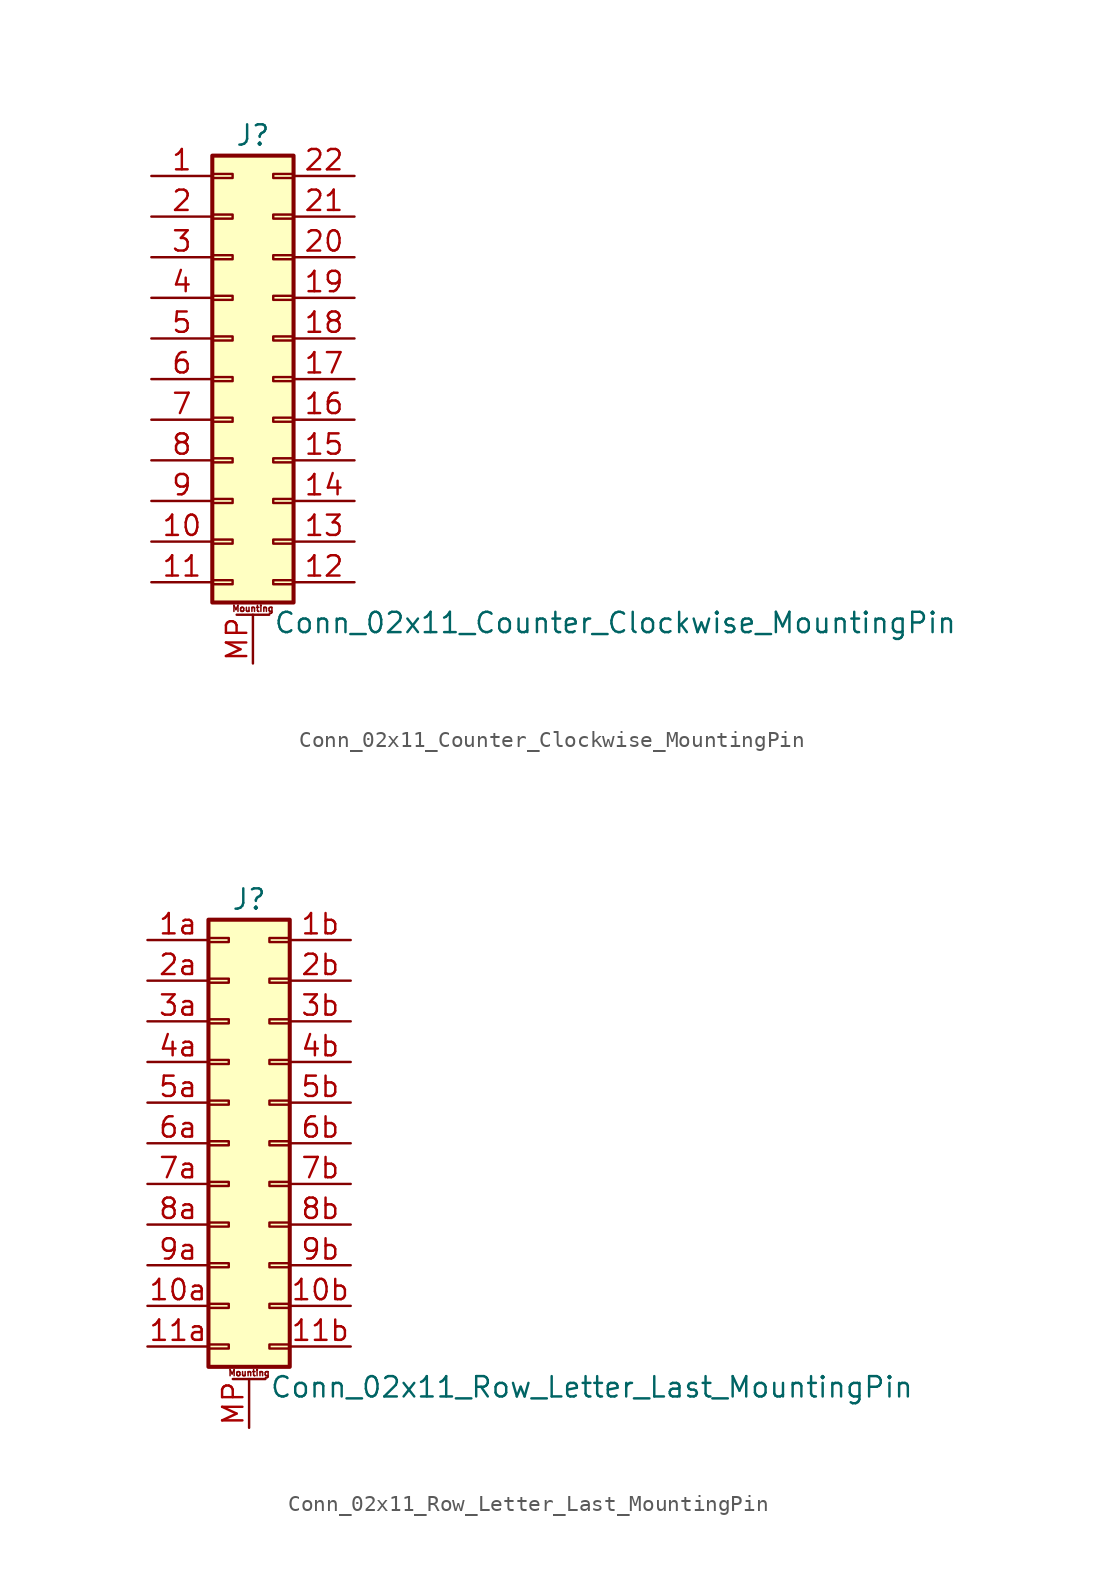
<source format=kicad_sym>
(kicad_symbol_lib
  (version 20201005)
  (generator kicad_symbol_editor)
  (symbol "Connector_Generic_MountingPin:Conn_02x11_Counter_Clockwise_MountingPin"
    (pin_names
      (offset 1.016) hide)
    (property "Reference" "J"
      (at 1.27 15.24 0)
      (effects (font (size 1.27 1.27))))
    (property "Value" "Conn_02x11_Counter_Clockwise_MountingPin"
      (at 2.54 -15.24 0)
      (effects (font (size 1.27 1.27)) (justify left)))
    (symbol "Conn_02x11_Counter_Clockwise_MountingPin_1_1"
      (text "Mounting" (at 1.27 -14.351 0) (effects (font (size 0.381 0.381))))
      (rectangle (start -1.27 -4.953) (end 0 -5.207) (stroke (width 0.152)) (fill (type none)))
      (rectangle (start -1.27 -7.493) (end 0 -7.747) (stroke (width 0.152)) (fill (type none)))
      (rectangle (start -1.27 -10.033) (end 0 -10.287) (stroke (width 0.152)) (fill (type none)))
      (rectangle (start -1.27 -12.573) (end 0 -12.827) (stroke (width 0.152)) (fill (type none)))
      (rectangle (start -1.27 -2.413) (end 0 -2.667) (stroke (width 0.152)) (fill (type none)))
      (rectangle (start -1.27 2.667) (end 0 2.413) (stroke (width 0.152)) (fill (type none)))
      (rectangle (start -1.27 5.207) (end 0 4.953) (stroke (width 0.152)) (fill (type none)))
      (rectangle (start -1.27 7.747) (end 0 7.493) (stroke (width 0.152)) (fill (type none)))
      (rectangle (start -1.27 10.287) (end 0 10.033) (stroke (width 0.152)) (fill (type none)))
      (rectangle (start -1.27 0.127) (end 0 -0.127) (stroke (width 0.152)) (fill (type none)))
      (rectangle (start -1.27 12.827) (end 0 12.573) (stroke (width 0.152)) (fill (type none)))
      (rectangle (start -1.27 13.97) (end 3.81 -13.97) (stroke (width 0.254)) (fill (type background)))
      (rectangle (start 3.81 -4.953) (end 2.54 -5.207) (stroke (width 0.152)) (fill (type none)))
      (rectangle (start 3.81 -7.493) (end 2.54 -7.747) (stroke (width 0.152)) (fill (type none)))
      (rectangle (start 3.81 -10.033) (end 2.54 -10.287) (stroke (width 0.152)) (fill (type none)))
      (rectangle (start 3.81 -12.573) (end 2.54 -12.827) (stroke (width 0.152)) (fill (type none)))
      (rectangle (start 3.81 -2.413) (end 2.54 -2.667) (stroke (width 0.152)) (fill (type none)))
      (rectangle (start 3.81 2.667) (end 2.54 2.413) (stroke (width 0.152)) (fill (type none)))
      (rectangle (start 3.81 5.207) (end 2.54 4.953) (stroke (width 0.152)) (fill (type none)))
      (rectangle (start 3.81 7.747) (end 2.54 7.493) (stroke (width 0.152)) (fill (type none)))
      (rectangle (start 3.81 10.287) (end 2.54 10.033) (stroke (width 0.152)) (fill (type none)))
      (rectangle (start 3.81 0.127) (end 2.54 -0.127) (stroke (width 0.152)) (fill (type none)))
      (rectangle (start 3.81 12.827) (end 2.54 12.573) (stroke (width 0.152)) (fill (type none)))
      (polyline (pts (xy 0.254 -14.732) (xy 2.286 -14.732)) (stroke (width 0.152)) (fill (type none)))
      (pin passive line (at 1.27 -17.78 90) (length 3.048) (name "MountPin" (effects (font (size 1.27 1.27)))) (number "MP" (effects (font (size 1.27 1.27)))))
      (pin passive line (at -5.08 12.7 0) (length 3.81) (name "Pin_1" (effects (font (size 1.27 1.27)))) (number "1" (effects (font (size 1.27 1.27)))))
      (pin passive line (at -5.08 -10.16 0) (length 3.81) (name "Pin_10" (effects (font (size 1.27 1.27)))) (number "10" (effects (font (size 1.27 1.27)))))
      (pin passive line (at -5.08 -12.7 0) (length 3.81) (name "Pin_11" (effects (font (size 1.27 1.27)))) (number "11" (effects (font (size 1.27 1.27)))))
      (pin passive line (at 7.62 -12.7 180) (length 3.81) (name "Pin_12" (effects (font (size 1.27 1.27)))) (number "12" (effects (font (size 1.27 1.27)))))
      (pin passive line (at 7.62 -10.16 180) (length 3.81) (name "Pin_13" (effects (font (size 1.27 1.27)))) (number "13" (effects (font (size 1.27 1.27)))))
      (pin passive line (at 7.62 -7.62 180) (length 3.81) (name "Pin_14" (effects (font (size 1.27 1.27)))) (number "14" (effects (font (size 1.27 1.27)))))
      (pin passive line (at 7.62 -5.08 180) (length 3.81) (name "Pin_15" (effects (font (size 1.27 1.27)))) (number "15" (effects (font (size 1.27 1.27)))))
      (pin passive line (at 7.62 -2.54 180) (length 3.81) (name "Pin_16" (effects (font (size 1.27 1.27)))) (number "16" (effects (font (size 1.27 1.27)))))
      (pin passive line (at 7.62 0 180) (length 3.81) (name "Pin_17" (effects (font (size 1.27 1.27)))) (number "17" (effects (font (size 1.27 1.27)))))
      (pin passive line (at 7.62 2.54 180) (length 3.81) (name "Pin_18" (effects (font (size 1.27 1.27)))) (number "18" (effects (font (size 1.27 1.27)))))
      (pin passive line (at 7.62 5.08 180) (length 3.81) (name "Pin_19" (effects (font (size 1.27 1.27)))) (number "19" (effects (font (size 1.27 1.27)))))
      (pin passive line (at -5.08 10.16 0) (length 3.81) (name "Pin_2" (effects (font (size 1.27 1.27)))) (number "2" (effects (font (size 1.27 1.27)))))
      (pin passive line (at 7.62 7.62 180) (length 3.81) (name "Pin_20" (effects (font (size 1.27 1.27)))) (number "20" (effects (font (size 1.27 1.27)))))
      (pin passive line (at 7.62 10.16 180) (length 3.81) (name "Pin_21" (effects (font (size 1.27 1.27)))) (number "21" (effects (font (size 1.27 1.27)))))
      (pin passive line (at 7.62 12.7 180) (length 3.81) (name "Pin_22" (effects (font (size 1.27 1.27)))) (number "22" (effects (font (size 1.27 1.27)))))
      (pin passive line (at -5.08 7.62 0) (length 3.81) (name "Pin_3" (effects (font (size 1.27 1.27)))) (number "3" (effects (font (size 1.27 1.27)))))
      (pin passive line (at -5.08 5.08 0) (length 3.81) (name "Pin_4" (effects (font (size 1.27 1.27)))) (number "4" (effects (font (size 1.27 1.27)))))
      (pin passive line (at -5.08 2.54 0) (length 3.81) (name "Pin_5" (effects (font (size 1.27 1.27)))) (number "5" (effects (font (size 1.27 1.27)))))
      (pin passive line (at -5.08 0 0) (length 3.81) (name "Pin_6" (effects (font (size 1.27 1.27)))) (number "6" (effects (font (size 1.27 1.27)))))
      (pin passive line (at -5.08 -2.54 0) (length 3.81) (name "Pin_7" (effects (font (size 1.27 1.27)))) (number "7" (effects (font (size 1.27 1.27)))))
      (pin passive line (at -5.08 -5.08 0) (length 3.81) (name "Pin_8" (effects (font (size 1.27 1.27)))) (number "8" (effects (font (size 1.27 1.27)))))
      (pin passive line (at -5.08 -7.62 0) (length 3.81) (name "Pin_9" (effects (font (size 1.27 1.27)))) (number "9" (effects (font (size 1.27 1.27)))))))
  (symbol "Connector_Generic_MountingPin:Conn_02x11_Row_Letter_Last_MountingPin"
    (pin_names
      (offset 1.016) hide)
    (property "Reference" "J"
      (at 1.27 15.24 0)
      (effects (font (size 1.27 1.27))))
    (property "Value" "Conn_02x11_Row_Letter_Last_MountingPin"
      (at 2.54 -15.24 0)
      (effects (font (size 1.27 1.27)) (justify left)))
    (symbol "Conn_02x11_Row_Letter_Last_MountingPin_1_1"
      (text "Mounting" (at 1.27 -14.351 0) (effects (font (size 0.381 0.381))))
      (rectangle (start -1.27 -4.953) (end 0 -5.207) (stroke (width 0.152)) (fill (type none)))
      (rectangle (start -1.27 -7.493) (end 0 -7.747) (stroke (width 0.152)) (fill (type none)))
      (rectangle (start -1.27 -10.033) (end 0 -10.287) (stroke (width 0.152)) (fill (type none)))
      (rectangle (start -1.27 -12.573) (end 0 -12.827) (stroke (width 0.152)) (fill (type none)))
      (rectangle (start -1.27 -2.413) (end 0 -2.667) (stroke (width 0.152)) (fill (type none)))
      (rectangle (start -1.27 2.667) (end 0 2.413) (stroke (width 0.152)) (fill (type none)))
      (rectangle (start -1.27 5.207) (end 0 4.953) (stroke (width 0.152)) (fill (type none)))
      (rectangle (start -1.27 7.747) (end 0 7.493) (stroke (width 0.152)) (fill (type none)))
      (rectangle (start -1.27 10.287) (end 0 10.033) (stroke (width 0.152)) (fill (type none)))
      (rectangle (start -1.27 0.127) (end 0 -0.127) (stroke (width 0.152)) (fill (type none)))
      (rectangle (start -1.27 12.827) (end 0 12.573) (stroke (width 0.152)) (fill (type none)))
      (rectangle (start -1.27 13.97) (end 3.81 -13.97) (stroke (width 0.254)) (fill (type background)))
      (rectangle (start 3.81 -4.953) (end 2.54 -5.207) (stroke (width 0.152)) (fill (type none)))
      (rectangle (start 3.81 -7.493) (end 2.54 -7.747) (stroke (width 0.152)) (fill (type none)))
      (rectangle (start 3.81 -10.033) (end 2.54 -10.287) (stroke (width 0.152)) (fill (type none)))
      (rectangle (start 3.81 -12.573) (end 2.54 -12.827) (stroke (width 0.152)) (fill (type none)))
      (rectangle (start 3.81 -2.413) (end 2.54 -2.667) (stroke (width 0.152)) (fill (type none)))
      (rectangle (start 3.81 2.667) (end 2.54 2.413) (stroke (width 0.152)) (fill (type none)))
      (rectangle (start 3.81 5.207) (end 2.54 4.953) (stroke (width 0.152)) (fill (type none)))
      (rectangle (start 3.81 7.747) (end 2.54 7.493) (stroke (width 0.152)) (fill (type none)))
      (rectangle (start 3.81 10.287) (end 2.54 10.033) (stroke (width 0.152)) (fill (type none)))
      (rectangle (start 3.81 0.127) (end 2.54 -0.127) (stroke (width 0.152)) (fill (type none)))
      (rectangle (start 3.81 12.827) (end 2.54 12.573) (stroke (width 0.152)) (fill (type none)))
      (polyline (pts (xy 0.254 -14.732) (xy 2.286 -14.732)) (stroke (width 0.152)) (fill (type none)))
      (pin passive line (at 1.27 -17.78 90) (length 3.048) (name "MountPin" (effects (font (size 1.27 1.27)))) (number "MP" (effects (font (size 1.27 1.27)))))
      (pin passive line (at -5.08 -10.16 0) (length 3.81) (name "Pin_10a" (effects (font (size 1.27 1.27)))) (number "10a" (effects (font (size 1.27 1.27)))))
      (pin passive line (at 7.62 -10.16 180) (length 3.81) (name "Pin_10b" (effects (font (size 1.27 1.27)))) (number "10b" (effects (font (size 1.27 1.27)))))
      (pin passive line (at -5.08 -12.7 0) (length 3.81) (name "Pin_11a" (effects (font (size 1.27 1.27)))) (number "11a" (effects (font (size 1.27 1.27)))))
      (pin passive line (at 7.62 -12.7 180) (length 3.81) (name "Pin_11b" (effects (font (size 1.27 1.27)))) (number "11b" (effects (font (size 1.27 1.27)))))
      (pin passive line (at -5.08 12.7 0) (length 3.81) (name "Pin_1a" (effects (font (size 1.27 1.27)))) (number "1a" (effects (font (size 1.27 1.27)))))
      (pin passive line (at 7.62 12.7 180) (length 3.81) (name "Pin_1b" (effects (font (size 1.27 1.27)))) (number "1b" (effects (font (size 1.27 1.27)))))
      (pin passive line (at -5.08 10.16 0) (length 3.81) (name "Pin_2a" (effects (font (size 1.27 1.27)))) (number "2a" (effects (font (size 1.27 1.27)))))
      (pin passive line (at 7.62 10.16 180) (length 3.81) (name "Pin_2b" (effects (font (size 1.27 1.27)))) (number "2b" (effects (font (size 1.27 1.27)))))
      (pin passive line (at -5.08 7.62 0) (length 3.81) (name "Pin_3a" (effects (font (size 1.27 1.27)))) (number "3a" (effects (font (size 1.27 1.27)))))
      (pin passive line (at 7.62 7.62 180) (length 3.81) (name "Pin_3b" (effects (font (size 1.27 1.27)))) (number "3b" (effects (font (size 1.27 1.27)))))
      (pin passive line (at -5.08 5.08 0) (length 3.81) (name "Pin_4a" (effects (font (size 1.27 1.27)))) (number "4a" (effects (font (size 1.27 1.27)))))
      (pin passive line (at 7.62 5.08 180) (length 3.81) (name "Pin_4b" (effects (font (size 1.27 1.27)))) (number "4b" (effects (font (size 1.27 1.27)))))
      (pin passive line (at -5.08 2.54 0) (length 3.81) (name "Pin_5a" (effects (font (size 1.27 1.27)))) (number "5a" (effects (font (size 1.27 1.27)))))
      (pin passive line (at 7.62 2.54 180) (length 3.81) (name "Pin_5b" (effects (font (size 1.27 1.27)))) (number "5b" (effects (font (size 1.27 1.27)))))
      (pin passive line (at -5.08 0 0) (length 3.81) (name "Pin_6a" (effects (font (size 1.27 1.27)))) (number "6a" (effects (font (size 1.27 1.27)))))
      (pin passive line (at 7.62 0 180) (length 3.81) (name "Pin_6b" (effects (font (size 1.27 1.27)))) (number "6b" (effects (font (size 1.27 1.27)))))
      (pin passive line (at -5.08 -2.54 0) (length 3.81) (name "Pin_7a" (effects (font (size 1.27 1.27)))) (number "7a" (effects (font (size 1.27 1.27)))))
      (pin passive line (at 7.62 -2.54 180) (length 3.81) (name "Pin_7b" (effects (font (size 1.27 1.27)))) (number "7b" (effects (font (size 1.27 1.27)))))
      (pin passive line (at -5.08 -5.08 0) (length 3.81) (name "Pin_8a" (effects (font (size 1.27 1.27)))) (number "8a" (effects (font (size 1.27 1.27)))))
      (pin passive line (at 7.62 -5.08 180) (length 3.81) (name "Pin_8b" (effects (font (size 1.27 1.27)))) (number "8b" (effects (font (size 1.27 1.27)))))
      (pin passive line (at -5.08 -7.62 0) (length 3.81) (name "Pin_9a" (effects (font (size 1.27 1.27)))) (number "9a" (effects (font (size 1.27 1.27)))))
      (pin passive line (at 7.62 -7.62 180) (length 3.81) (name "Pin_9b" (effects (font (size 1.27 1.27)))) (number "9b" (effects (font (size 1.27 1.27))))))))
</source>
